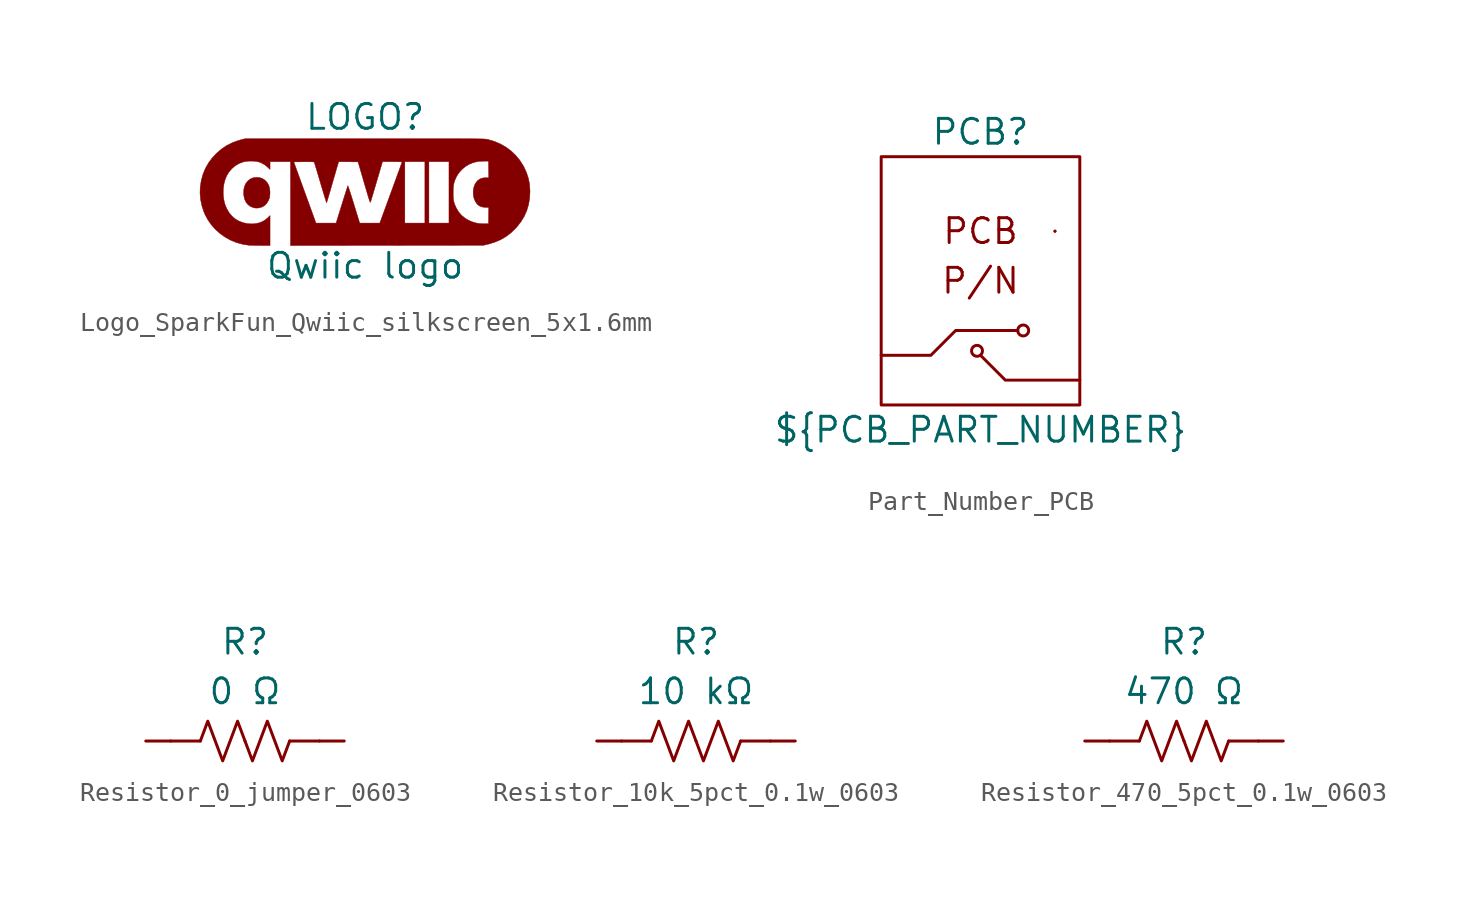
<source format=kicad_sym>
(kicad_symbol_lib
  (version 20231120)
  (generator "kicad_symbol_editor")
  (generator_version "8.0")
  (symbol "Logo_SparkFun_Qwiic_silkscreen_5x1.6mm"
    (pin_names
      (offset 1.016))
    (property "Reference" "LOGO"
      (at 0 3.81 0)
      (effects (font (size 1.27 1.27))))
    (property "Value" "Qwiic logo"
      (at 0 -3.81 0)
      (effects (font (size 1.27 1.27))))
    (symbol "Logo_SparkFun_Qwiic_silkscreen_5x1.6mm_0_0"
      (polyline (pts (xy -5.433 -0.845) (xy -5.281 -0.804) (xy -5.154 -0.733) (xy -5.049 -0.629) (xy -4.961 -0.489) (xy -4.939 -0.444) (xy -4.908 -0.373) (xy -4.889 -0.31) (xy -4.878 -0.236) (xy -4.871 -0.138) (xy -4.869 -0.027) (xy -4.886 0.154) (xy -4.931 0.309) (xy -5.006 0.443) (xy -5.112 0.56) (xy -5.143 0.586) (xy -5.261 0.662) (xy -5.391 0.705) (xy -5.544 0.719) (xy -5.577 0.718) (xy -5.726 0.699) (xy -5.854 0.648) (xy -5.971 0.565) (xy -6.024 0.512) (xy -6.119 0.384) (xy -6.181 0.236) (xy -6.214 0.065) (xy -6.217 -0.133) (xy -6.208 -0.23) (xy -6.167 -0.407) (xy -6.096 -0.557) (xy -5.996 -0.679) (xy -5.867 -0.772) (xy -5.71 -0.836) (xy -5.684 -0.842) (xy -5.596 -0.853) (xy -5.511 -0.854) (xy -5.433 -0.845)) (stroke (width 0.01) (type default)) (fill (type outline)))
      (polyline (pts (xy 1.114 -2.767) (xy 6.047 -2.761) (xy 6.246 -2.715) (xy 6.337 -2.693) (xy 6.651 -2.596) (xy 6.936 -2.474) (xy 7.199 -2.322) (xy 7.444 -2.138) (xy 7.676 -1.92) (xy 7.765 -1.824) (xy 7.973 -1.56) (xy 8.142 -1.284) (xy 8.272 -0.992) (xy 8.365 -0.685) (xy 8.421 -0.361) (xy 8.439 -0.02) (xy 8.438 0.066) (xy 8.415 0.375) (xy 8.358 0.668) (xy 8.266 0.951) (xy 8.138 1.234) (xy 8.097 1.31) (xy 7.918 1.593) (xy 7.708 1.847) (xy 7.471 2.073) (xy 7.207 2.268) (xy 6.919 2.432) (xy 6.607 2.564) (xy 6.273 2.662) (xy 6.259 2.665) (xy 6.24 2.668) (xy 6.219 2.672) (xy 6.193 2.675) (xy 6.162 2.678) (xy 6.123 2.68) (xy 6.075 2.683) (xy 6.018 2.685) (xy 5.949 2.687) (xy 5.867 2.689) (xy 5.771 2.69) (xy 5.659 2.692) (xy 5.53 2.693) (xy 5.382 2.694) (xy 5.215 2.695) (xy 5.026 2.696) (xy 4.815 2.697) (xy 4.579 2.698) (xy 4.318 2.698) (xy 4.03 2.699) (xy 3.713 2.699) (xy 3.367 2.699) (xy 2.989 2.7) (xy 2.579 2.7) (xy 2.135 2.7) (xy 1.655 2.7) (xy 1.139 2.7) (xy 0.584 2.7) (xy -0.01 2.7) (xy -6.129 2.7) (xy -6.351 2.644) (xy -6.484 2.607) (xy -6.796 2.494) (xy -7.085 2.348) (xy -7.352 2.169) (xy -7.602 1.954) (xy -7.823 1.718) (xy -8.02 1.452) (xy -8.18 1.168) (xy -8.304 0.865) (xy -8.391 0.544) (xy -8.442 0.203) (xy -8.451 -0.1) (xy -8.423 -0.412) (xy -8.358 -0.727) (xy -8.257 -1.037) (xy -8.202 -1.17) (xy -8.052 -1.452) (xy -7.87 -1.713) (xy -7.658 -1.95) (xy -7.42 -2.163) (xy -7.159 -2.347) (xy -6.878 -2.501) (xy -6.58 -2.622) (xy -6.267 -2.708) (xy -5.944 -2.758) (xy -5.922 -2.759) (xy -5.857 -2.761) (xy -5.761 -2.764) (xy -5.643 -2.766) (xy -5.508 -2.767) (xy -5.364 -2.769) (xy -4.866 -2.772) (xy -4.866 -2.004) (xy -4.866 -1.236) (xy -4.988 -1.355) (xy -5.014 -1.38) (xy -5.178 -1.503) (xy -5.364 -1.592) (xy -5.571 -1.645) (xy -5.796 -1.663) (xy -6.009 -1.65) (xy -6.244 -1.601) (xy -6.468 -1.515) (xy -6.642 -1.412) (xy -6.81 -1.27) (xy -6.955 -1.098) (xy -7.071 -0.903) (xy -7.116 -0.807) (xy -7.166 -0.68) (xy -7.203 -0.555) (xy -7.231 -0.417) (xy -7.253 -0.252) (xy -7.264 -0.077) (xy -7.256 0.155) (xy -7.223 0.385) (xy -7.167 0.6) (xy -7.09 0.79) (xy -6.974 0.984) (xy -6.822 1.164) (xy -6.645 1.313) (xy -6.444 1.43) (xy -6.22 1.512) (xy -6.217 1.513) (xy -6.099 1.535) (xy -5.959 1.548) (xy -5.808 1.551) (xy -5.66 1.544) (xy -5.527 1.527) (xy -5.421 1.501) (xy -5.312 1.458) (xy -5.135 1.358) (xy -4.974 1.226) (xy -4.866 1.121) (xy -4.866 1.32) (xy -4.866 1.52) (xy -4.343 1.52) (xy -3.819 1.52) (xy -3.819 1.509) (xy -3.651 1.509) (xy -3.136 1.515) (xy -3.073 1.515) (xy -2.905 1.516) (xy -2.776 1.514) (xy -2.685 1.511) (xy -2.629 1.505) (xy -2.607 1.498) (xy -2.605 1.493) (xy -2.592 1.454) (xy -2.57 1.382) (xy -2.538 1.279) (xy -2.499 1.15) (xy -2.454 0.997) (xy -2.402 0.826) (xy -2.347 0.639) (xy -2.288 0.44) (xy -2.263 0.353) (xy -2.205 0.161) (xy -2.152 -0.017) (xy -2.103 -0.177) (xy -2.06 -0.315) (xy -2.025 -0.428) (xy -1.997 -0.512) (xy -1.978 -0.564) (xy -1.97 -0.58) (xy -1.965 -0.568) (xy -1.95 -0.52) (xy -1.925 -0.44) (xy -1.892 -0.331) (xy -1.853 -0.198) (xy -1.808 -0.044) (xy -1.758 0.126) (xy -1.706 0.308) (xy -1.675 0.414) (xy -1.622 0.6) (xy -1.571 0.777) (xy -1.523 0.941) (xy -1.482 1.084) (xy -1.447 1.204) (xy -1.42 1.294) (xy -1.404 1.35) (xy -1.353 1.52) (xy -0.857 1.515) (xy -0.362 1.509) (xy -0.263 1.17) (xy -0.246 1.11) (xy -0.159 0.813) (xy -0.083 0.552) (xy -0.017 0.325) (xy 0.04 0.13) (xy 0.089 -0.034) (xy 0.13 -0.172) (xy 0.164 -0.284) (xy 0.192 -0.373) (xy 0.214 -0.442) (xy 0.232 -0.492) (xy 0.245 -0.527) (xy 0.256 -0.548) (xy 0.263 -0.558) (xy 0.269 -0.559) (xy 0.274 -0.553) (xy 0.279 -0.543) (xy 0.28 -0.539) (xy 0.293 -0.499) (xy 0.316 -0.425) (xy 0.347 -0.321) (xy 0.387 -0.19) (xy 0.432 -0.037) (xy 0.483 0.135) (xy 0.539 0.322) (xy 0.597 0.518) (xy 0.891 1.52) (xy 1.39 1.52) (xy 1.492 1.519) (xy 1.62 1.518) (xy 1.729 1.516) (xy 1.814 1.513) (xy 1.869 1.51) (xy 1.889 1.506) (xy 1.888 1.502) (xy 1.875 1.465) (xy 1.85 1.394) (xy 1.813 1.291) (xy 1.766 1.16) (xy 1.709 1.003) (xy 1.643 0.824) (xy 1.571 0.624) (xy 1.492 0.408) (xy 1.408 0.177) (xy 1.319 -0.065) (xy 0.75 -1.622) (xy 2.033 -1.622) (xy 2.033 -0.051) (xy 2.033 1.52) (xy 2.546 1.52) (xy 3.059 1.52) (xy 3.059 -0.051) (xy 3.059 -1.622) (xy 3.265 -1.622) (xy 3.265 -0.051) (xy 3.265 1.52) (xy 3.778 1.52) (xy 4.292 1.52) (xy 4.292 -0.051) (xy 4.292 -0.062) (xy 4.507 -0.062) (xy 4.51 0.109) (xy 4.521 0.26) (xy 4.541 0.39) (xy 4.574 0.512) (xy 4.622 0.634) (xy 4.686 0.769) (xy 4.719 0.827) (xy 4.833 0.988) (xy 4.974 1.139) (xy 5.133 1.27) (xy 5.298 1.371) (xy 5.334 1.389) (xy 5.505 1.461) (xy 5.674 1.509) (xy 5.853 1.537) (xy 6.057 1.547) (xy 6.314 1.55) (xy 6.32 1.124) (xy 6.325 0.698) (xy 6.166 0.698) (xy 6.076 0.694) (xy 5.958 0.671) (xy 5.855 0.624) (xy 5.756 0.547) (xy 5.661 0.436) (xy 5.592 0.299) (xy 5.548 0.144) (xy 5.53 -0.02) (xy 5.538 -0.188) (xy 5.572 -0.351) (xy 5.633 -0.502) (xy 5.72 -0.634) (xy 5.781 -0.697) (xy 5.879 -0.761) (xy 5.997 -0.8) (xy 6.144 -0.818) (xy 6.325 -0.826) (xy 6.32 -1.24) (xy 6.314 -1.653) (xy 6.119 -1.656) (xy 6.024 -1.656) (xy 5.821 -1.642) (xy 5.636 -1.607) (xy 5.457 -1.548) (xy 5.268 -1.462) (xy 5.127 -1.378) (xy 4.946 -1.233) (xy 4.794 -1.059) (xy 4.673 -0.859) (xy 4.642 -0.795) (xy 4.592 -0.68) (xy 4.556 -0.577) (xy 4.531 -0.473) (xy 4.516 -0.36) (xy 4.509 -0.226) (xy 4.507 -0.062) (xy 4.292 -0.062) (xy 4.292 -1.622) (xy 3.778 -1.622) (xy 3.265 -1.622) (xy 3.059 -1.622) (xy 2.546 -1.622) (xy 2.033 -1.622) (xy 0.75 -1.622) (xy 0.236 -1.622) (xy -0.277 -1.622) (xy -0.574 -0.657) (xy -0.583 -0.626) (xy -0.641 -0.438) (xy -0.696 -0.263) (xy -0.746 -0.106) (xy -0.79 0.03) (xy -0.827 0.142) (xy -0.856 0.226) (xy -0.875 0.277) (xy -0.884 0.293) (xy -0.884 0.293) (xy -0.893 0.268) (xy -0.913 0.208) (xy -0.943 0.117) (xy -0.981 -0.002) (xy -1.026 -0.144) (xy -1.077 -0.305) (xy -1.133 -0.483) (xy -1.192 -0.672) (xy -1.486 -1.622) (xy -2.001 -1.622) (xy -2.515 -1.621) (xy -3.083 -0.056) (xy -3.651 1.509) (xy -3.819 1.509) (xy -3.819 -0.627) (xy -3.819 -2.773) (xy 1.114 -2.767)) (stroke (width 0.01) (type default)) (fill (type outline)))))
  (symbol "Part_Number_PCB"
    (pin_names
      (offset 1.016))
    (property "Reference" "PCB"
      (at 0 7.62 0)
      (effects (font (size 1.27 1.27))))
    (property "Value" "${PCB_PART_NUMBER}"
      (at 0 -7.62 0)
      (effects (font (size 1.27 1.27))))
    (symbol "Part_Number_PCB_0_1"
      (rectangle (start -5.08 6.35) (end 5.08 -6.35) (stroke (width 0) (type default)) (fill (type none)))
      (circle (center -0.178 -3.581) (radius 0.279) (stroke (width 0) (type default)) (fill (type none)))
      (polyline (pts (xy 3.81 2.54) (xy 3.81 2.54)) (stroke (width 0) (type default)) (fill (type none)))
      (polyline (pts (xy 3.81 2.54) (xy 3.81 2.54)) (stroke (width 0) (type default)) (fill (type none)))
      (polyline (pts (xy 0 -3.81) (xy 1.27 -5.08) (xy 5.08 -5.08)) (stroke (width 0) (type default)) (fill (type none)))
      (polyline (pts (xy -5.08 -3.81) (xy -2.54 -3.81) (xy -1.27 -2.54) (xy 1.905 -2.54)) (stroke (width 0) (type default)) (fill (type none)))
      (circle (center 2.184 -2.54) (radius 0.279) (stroke (width 0) (type default)) (fill (type none))))
    (symbol "Part_Number_PCB_1_1"
      (text "P/N" (at 0 0 0) (effects (font (size 1.27 1.27))))
      (text "PCB" (at 0 2.54 0) (effects (font (size 1.27 1.27))))))
  (symbol "Resistor_0_jumper_0603"
    (pin_numbers hide)
    (pin_names
      (offset 0) hide)
    (property "Reference" "R"
      (at 0 5.08 0)
      (effects (font (size 1.27 1.27))))
    (property "Value" "0 Ω"
      (at 0 2.54 0)
      (effects (font (size 1.27 1.27))))
    (symbol "Resistor_0_jumper_0603_0_1"
      (polyline (pts (xy -3.81 0) (xy -2.286 0)) (stroke (width 0) (type default)) (fill (type none)))
      (polyline (pts (xy 2.286 0) (xy 3.81 0)) (stroke (width 0) (type default)) (fill (type none)))
      (polyline (pts (xy 0 0) (xy -0.381 1.016) (xy -1.143 -1.016) (xy -1.905 1.016) (xy -2.286 0)) (stroke (width 0) (type default)) (fill (type none)))
      (polyline (pts (xy 0 0) (xy 0.381 -1.016) (xy 1.143 1.016) (xy 1.905 -1.016) (xy 2.286 0)) (stroke (width 0) (type default)) (fill (type none))))
    (symbol "Resistor_0_jumper_0603_1_1"
      (pin passive line (at -5.08 0 0) (length 1.27) (name "1" (effects (font (size 1.27 1.27)))) (number "1" (effects (font (size 1.27 1.27)))))
      (pin passive line (at 5.08 0 180) (length 1.27) (name "2" (effects (font (size 1.27 1.27)))) (number "2" (effects (font (size 1.27 1.27)))))))
  (symbol "Resistor_10k_5pct_0.1w_0603"
    (pin_numbers hide)
    (pin_names
      (offset 0) hide)
    (property "Reference" "R"
      (at 0 5.08 0)
      (effects (font (size 1.27 1.27))))
    (property "Value" "10 kΩ"
      (at 0 2.54 0)
      (effects (font (size 1.27 1.27))))
    (symbol "Resistor_10k_5pct_0.1w_0603_0_1"
      (polyline (pts (xy -3.81 0) (xy -2.286 0)) (stroke (width 0) (type default)) (fill (type none)))
      (polyline (pts (xy 2.286 0) (xy 3.81 0)) (stroke (width 0) (type default)) (fill (type none)))
      (polyline (pts (xy 0 0) (xy -0.381 1.016) (xy -1.143 -1.016) (xy -1.905 1.016) (xy -2.286 0)) (stroke (width 0) (type default)) (fill (type none)))
      (polyline (pts (xy 0 0) (xy 0.381 -1.016) (xy 1.143 1.016) (xy 1.905 -1.016) (xy 2.286 0)) (stroke (width 0) (type default)) (fill (type none))))
    (symbol "Resistor_10k_5pct_0.1w_0603_1_1"
      (pin passive line (at -5.08 0 0) (length 1.27) (name "1" (effects (font (size 1.27 1.27)))) (number "1" (effects (font (size 1.27 1.27)))))
      (pin passive line (at 5.08 0 180) (length 1.27) (name "2" (effects (font (size 1.27 1.27)))) (number "2" (effects (font (size 1.27 1.27)))))))
  (symbol "Resistor_470_5pct_0.1w_0603"
    (pin_numbers hide)
    (pin_names
      (offset 0) hide)
    (property "Reference" "R"
      (at 0 5.08 0)
      (effects (font (size 1.27 1.27))))
    (property "Value" "470 Ω"
      (at 0 2.54 0)
      (effects (font (size 1.27 1.27))))
    (symbol "Resistor_470_5pct_0.1w_0603_0_1"
      (polyline (pts (xy -3.81 0) (xy -2.286 0)) (stroke (width 0) (type default)) (fill (type none)))
      (polyline (pts (xy 2.286 0) (xy 3.81 0)) (stroke (width 0) (type default)) (fill (type none)))
      (polyline (pts (xy 0 0) (xy -0.381 1.016) (xy -1.143 -1.016) (xy -1.905 1.016) (xy -2.286 0)) (stroke (width 0) (type default)) (fill (type none)))
      (polyline (pts (xy 0 0) (xy 0.381 -1.016) (xy 1.143 1.016) (xy 1.905 -1.016) (xy 2.286 0)) (stroke (width 0) (type default)) (fill (type none))))
    (symbol "Resistor_470_5pct_0.1w_0603_1_1"
      (pin passive line (at -5.08 0 0) (length 1.27) (name "1" (effects (font (size 1.27 1.27)))) (number "1" (effects (font (size 1.27 1.27)))))
      (pin passive line (at 5.08 0 180) (length 1.27) (name "2" (effects (font (size 1.27 1.27)))) (number "2" (effects (font (size 1.27 1.27))))))))
</source>
